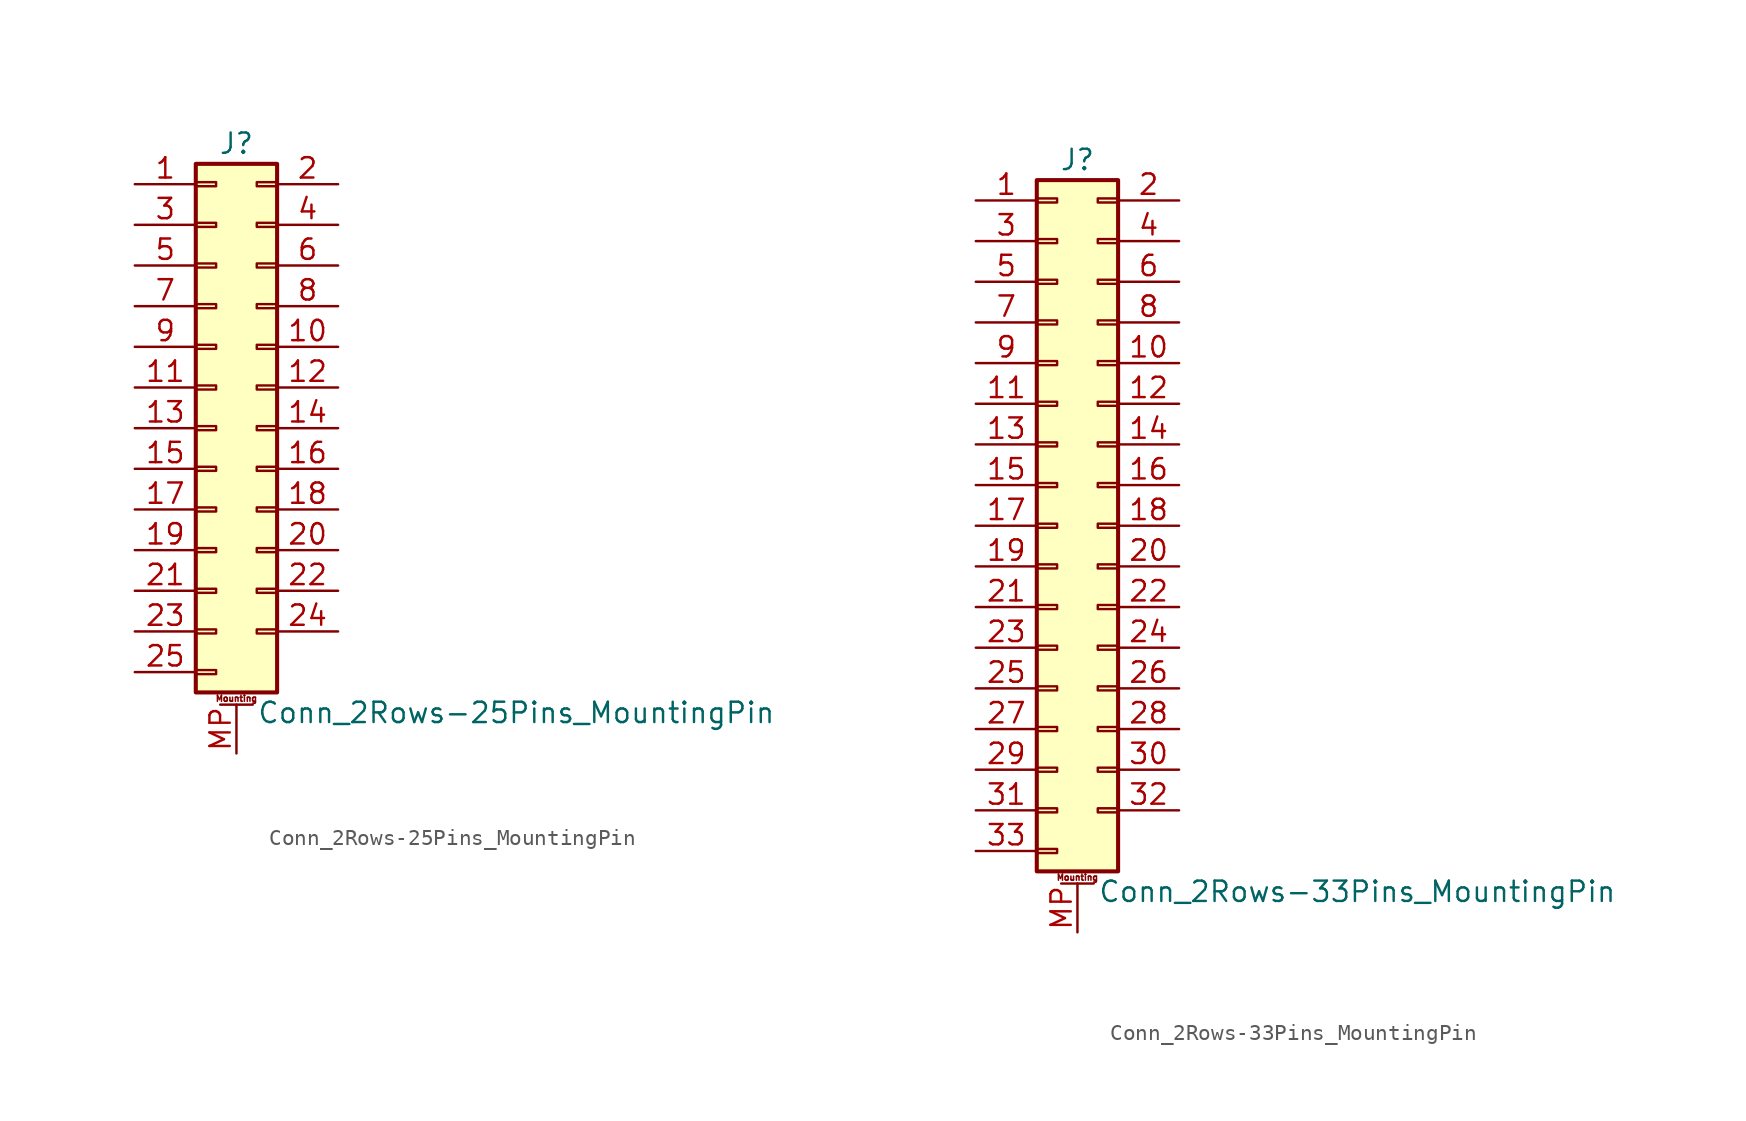
<source format=kicad_sym>
(kicad_symbol_lib
  (version 20201005)
  (generator kicad_symbol_editor)
  (symbol "Conn_2Rows-25Pins_MountingPin"
    (pin_names
      (offset 1.016) hide)
    (property "Reference" "J"
      (at 1.27 17.78 0)
      (effects (font (size 1.27 1.27))))
    (property "Value" "Conn_2Rows-25Pins_MountingPin"
      (at 2.54 -17.78 0)
      (effects (font (size 1.27 1.27)) (justify left)))
    (symbol "Conn_2Rows-25Pins_MountingPin_1_1"
      (text "Mounting" (at 1.27 -16.891 0) (effects (font (size 0.381 0.381))))
      (rectangle (start -1.27 -15.113) (end 0 -15.367) (stroke (width 0.152)) (fill (type none)))
      (rectangle (start -1.27 -12.573) (end 0 -12.827) (stroke (width 0.152)) (fill (type none)))
      (rectangle (start -1.27 -10.033) (end 0 -10.287) (stroke (width 0.152)) (fill (type none)))
      (rectangle (start -1.27 -7.493) (end 0 -7.747) (stroke (width 0.152)) (fill (type none)))
      (rectangle (start -1.27 -4.953) (end 0 -5.207) (stroke (width 0.152)) (fill (type none)))
      (rectangle (start -1.27 -2.413) (end 0 -2.667) (stroke (width 0.152)) (fill (type none)))
      (rectangle (start -1.27 0.127) (end 0 -0.127) (stroke (width 0.152)) (fill (type none)))
      (rectangle (start -1.27 2.667) (end 0 2.413) (stroke (width 0.152)) (fill (type none)))
      (rectangle (start -1.27 5.207) (end 0 4.953) (stroke (width 0.152)) (fill (type none)))
      (rectangle (start -1.27 7.747) (end 0 7.493) (stroke (width 0.152)) (fill (type none)))
      (rectangle (start -1.27 10.287) (end 0 10.033) (stroke (width 0.152)) (fill (type none)))
      (rectangle (start -1.27 12.827) (end 0 12.573) (stroke (width 0.152)) (fill (type none)))
      (rectangle (start -1.27 15.367) (end 0 15.113) (stroke (width 0.152)) (fill (type none)))
      (rectangle (start -1.27 16.51) (end 3.81 -16.51) (stroke (width 0.254)) (fill (type background)))
      (rectangle (start 3.81 -12.573) (end 2.54 -12.827) (stroke (width 0.152)) (fill (type none)))
      (rectangle (start 3.81 -10.033) (end 2.54 -10.287) (stroke (width 0.152)) (fill (type none)))
      (rectangle (start 3.81 -7.493) (end 2.54 -7.747) (stroke (width 0.152)) (fill (type none)))
      (rectangle (start 3.81 -4.953) (end 2.54 -5.207) (stroke (width 0.152)) (fill (type none)))
      (rectangle (start 3.81 -2.413) (end 2.54 -2.667) (stroke (width 0.152)) (fill (type none)))
      (rectangle (start 3.81 0.127) (end 2.54 -0.127) (stroke (width 0.152)) (fill (type none)))
      (rectangle (start 3.81 2.667) (end 2.54 2.413) (stroke (width 0.152)) (fill (type none)))
      (rectangle (start 3.81 5.207) (end 2.54 4.953) (stroke (width 0.152)) (fill (type none)))
      (rectangle (start 3.81 7.747) (end 2.54 7.493) (stroke (width 0.152)) (fill (type none)))
      (rectangle (start 3.81 10.287) (end 2.54 10.033) (stroke (width 0.152)) (fill (type none)))
      (rectangle (start 3.81 12.827) (end 2.54 12.573) (stroke (width 0.152)) (fill (type none)))
      (rectangle (start 3.81 15.367) (end 2.54 15.113) (stroke (width 0.152)) (fill (type none)))
      (polyline (pts (xy 0.254 -17.272) (xy 2.286 -17.272)) (stroke (width 0.152)) (fill (type none)))
      (pin passive line (at -5.08 15.24 0) (length 3.81) (name "Pin_1" (effects (font (size 1.27 1.27)))) (number "1" (effects (font (size 1.27 1.27)))))
      (pin passive line (at 7.62 5.08 180) (length 3.81) (name "Pin_10" (effects (font (size 1.27 1.27)))) (number "10" (effects (font (size 1.27 1.27)))))
      (pin passive line (at -5.08 2.54 0) (length 3.81) (name "Pin_11" (effects (font (size 1.27 1.27)))) (number "11" (effects (font (size 1.27 1.27)))))
      (pin passive line (at 7.62 2.54 180) (length 3.81) (name "Pin_12" (effects (font (size 1.27 1.27)))) (number "12" (effects (font (size 1.27 1.27)))))
      (pin passive line (at -5.08 0 0) (length 3.81) (name "Pin_13" (effects (font (size 1.27 1.27)))) (number "13" (effects (font (size 1.27 1.27)))))
      (pin passive line (at 7.62 0 180) (length 3.81) (name "Pin_14" (effects (font (size 1.27 1.27)))) (number "14" (effects (font (size 1.27 1.27)))))
      (pin passive line (at -5.08 -2.54 0) (length 3.81) (name "Pin_15" (effects (font (size 1.27 1.27)))) (number "15" (effects (font (size 1.27 1.27)))))
      (pin passive line (at 7.62 -2.54 180) (length 3.81) (name "Pin_16" (effects (font (size 1.27 1.27)))) (number "16" (effects (font (size 1.27 1.27)))))
      (pin passive line (at -5.08 -5.08 0) (length 3.81) (name "Pin_17" (effects (font (size 1.27 1.27)))) (number "17" (effects (font (size 1.27 1.27)))))
      (pin passive line (at 7.62 -5.08 180) (length 3.81) (name "Pin_18" (effects (font (size 1.27 1.27)))) (number "18" (effects (font (size 1.27 1.27)))))
      (pin passive line (at -5.08 -7.62 0) (length 3.81) (name "Pin_19" (effects (font (size 1.27 1.27)))) (number "19" (effects (font (size 1.27 1.27)))))
      (pin passive line (at 7.62 15.24 180) (length 3.81) (name "Pin_2" (effects (font (size 1.27 1.27)))) (number "2" (effects (font (size 1.27 1.27)))))
      (pin passive line (at 7.62 -7.62 180) (length 3.81) (name "Pin_20" (effects (font (size 1.27 1.27)))) (number "20" (effects (font (size 1.27 1.27)))))
      (pin passive line (at -5.08 -10.16 0) (length 3.81) (name "Pin_21" (effects (font (size 1.27 1.27)))) (number "21" (effects (font (size 1.27 1.27)))))
      (pin passive line (at 7.62 -10.16 180) (length 3.81) (name "Pin_22" (effects (font (size 1.27 1.27)))) (number "22" (effects (font (size 1.27 1.27)))))
      (pin passive line (at -5.08 -12.7 0) (length 3.81) (name "Pin_23" (effects (font (size 1.27 1.27)))) (number "23" (effects (font (size 1.27 1.27)))))
      (pin passive line (at 7.62 -12.7 180) (length 3.81) (name "Pin_24" (effects (font (size 1.27 1.27)))) (number "24" (effects (font (size 1.27 1.27)))))
      (pin passive line (at -5.08 -15.24 0) (length 3.81) (name "Pin_25" (effects (font (size 1.27 1.27)))) (number "25" (effects (font (size 1.27 1.27)))))
      (pin passive line (at -5.08 12.7 0) (length 3.81) (name "Pin_3" (effects (font (size 1.27 1.27)))) (number "3" (effects (font (size 1.27 1.27)))))
      (pin passive line (at 7.62 12.7 180) (length 3.81) (name "Pin_4" (effects (font (size 1.27 1.27)))) (number "4" (effects (font (size 1.27 1.27)))))
      (pin passive line (at -5.08 10.16 0) (length 3.81) (name "Pin_5" (effects (font (size 1.27 1.27)))) (number "5" (effects (font (size 1.27 1.27)))))
      (pin passive line (at 7.62 10.16 180) (length 3.81) (name "Pin_6" (effects (font (size 1.27 1.27)))) (number "6" (effects (font (size 1.27 1.27)))))
      (pin passive line (at -5.08 7.62 0) (length 3.81) (name "Pin_7" (effects (font (size 1.27 1.27)))) (number "7" (effects (font (size 1.27 1.27)))))
      (pin passive line (at 7.62 7.62 180) (length 3.81) (name "Pin_8" (effects (font (size 1.27 1.27)))) (number "8" (effects (font (size 1.27 1.27)))))
      (pin passive line (at -5.08 5.08 0) (length 3.81) (name "Pin_9" (effects (font (size 1.27 1.27)))) (number "9" (effects (font (size 1.27 1.27)))))
      (pin passive line (at 1.27 -20.32 90) (length 3.048) (name "MountPin" (effects (font (size 1.27 1.27)))) (number "MP" (effects (font (size 1.27 1.27)))))))
  (symbol "Conn_2Rows-33Pins_MountingPin"
    (pin_names
      (offset 1.016) hide)
    (property "Reference" "J"
      (at 1.27 22.86 0)
      (effects (font (size 1.27 1.27))))
    (property "Value" "Conn_2Rows-33Pins_MountingPin"
      (at 2.54 -22.86 0)
      (effects (font (size 1.27 1.27)) (justify left)))
    (symbol "Conn_2Rows-33Pins_MountingPin_1_1"
      (text "Mounting" (at 1.27 -21.971 0) (effects (font (size 0.381 0.381))))
      (rectangle (start -1.27 -20.193) (end 0 -20.447) (stroke (width 0.152)) (fill (type none)))
      (rectangle (start -1.27 -17.653) (end 0 -17.907) (stroke (width 0.152)) (fill (type none)))
      (rectangle (start -1.27 -15.113) (end 0 -15.367) (stroke (width 0.152)) (fill (type none)))
      (rectangle (start -1.27 -12.573) (end 0 -12.827) (stroke (width 0.152)) (fill (type none)))
      (rectangle (start -1.27 -10.033) (end 0 -10.287) (stroke (width 0.152)) (fill (type none)))
      (rectangle (start -1.27 -7.493) (end 0 -7.747) (stroke (width 0.152)) (fill (type none)))
      (rectangle (start -1.27 -4.953) (end 0 -5.207) (stroke (width 0.152)) (fill (type none)))
      (rectangle (start -1.27 -2.413) (end 0 -2.667) (stroke (width 0.152)) (fill (type none)))
      (rectangle (start -1.27 0.127) (end 0 -0.127) (stroke (width 0.152)) (fill (type none)))
      (rectangle (start -1.27 2.667) (end 0 2.413) (stroke (width 0.152)) (fill (type none)))
      (rectangle (start -1.27 5.207) (end 0 4.953) (stroke (width 0.152)) (fill (type none)))
      (rectangle (start -1.27 7.747) (end 0 7.493) (stroke (width 0.152)) (fill (type none)))
      (rectangle (start -1.27 10.287) (end 0 10.033) (stroke (width 0.152)) (fill (type none)))
      (rectangle (start -1.27 12.827) (end 0 12.573) (stroke (width 0.152)) (fill (type none)))
      (rectangle (start -1.27 15.367) (end 0 15.113) (stroke (width 0.152)) (fill (type none)))
      (rectangle (start -1.27 17.907) (end 0 17.653) (stroke (width 0.152)) (fill (type none)))
      (rectangle (start -1.27 20.447) (end 0 20.193) (stroke (width 0.152)) (fill (type none)))
      (rectangle (start -1.27 21.59) (end 3.81 -21.59) (stroke (width 0.254)) (fill (type background)))
      (rectangle (start 3.81 -17.653) (end 2.54 -17.907) (stroke (width 0.152)) (fill (type none)))
      (rectangle (start 3.81 -15.113) (end 2.54 -15.367) (stroke (width 0.152)) (fill (type none)))
      (rectangle (start 3.81 -12.573) (end 2.54 -12.827) (stroke (width 0.152)) (fill (type none)))
      (rectangle (start 3.81 -10.033) (end 2.54 -10.287) (stroke (width 0.152)) (fill (type none)))
      (rectangle (start 3.81 -7.493) (end 2.54 -7.747) (stroke (width 0.152)) (fill (type none)))
      (rectangle (start 3.81 -4.953) (end 2.54 -5.207) (stroke (width 0.152)) (fill (type none)))
      (rectangle (start 3.81 -2.413) (end 2.54 -2.667) (stroke (width 0.152)) (fill (type none)))
      (rectangle (start 3.81 0.127) (end 2.54 -0.127) (stroke (width 0.152)) (fill (type none)))
      (rectangle (start 3.81 2.667) (end 2.54 2.413) (stroke (width 0.152)) (fill (type none)))
      (rectangle (start 3.81 5.207) (end 2.54 4.953) (stroke (width 0.152)) (fill (type none)))
      (rectangle (start 3.81 7.747) (end 2.54 7.493) (stroke (width 0.152)) (fill (type none)))
      (rectangle (start 3.81 10.287) (end 2.54 10.033) (stroke (width 0.152)) (fill (type none)))
      (rectangle (start 3.81 12.827) (end 2.54 12.573) (stroke (width 0.152)) (fill (type none)))
      (rectangle (start 3.81 15.367) (end 2.54 15.113) (stroke (width 0.152)) (fill (type none)))
      (rectangle (start 3.81 17.907) (end 2.54 17.653) (stroke (width 0.152)) (fill (type none)))
      (rectangle (start 3.81 20.447) (end 2.54 20.193) (stroke (width 0.152)) (fill (type none)))
      (polyline (pts (xy 0.254 -22.352) (xy 2.286 -22.352)) (stroke (width 0.152)) (fill (type none)))
      (pin passive line (at -5.08 20.32 0) (length 3.81) (name "Pin_1" (effects (font (size 1.27 1.27)))) (number "1" (effects (font (size 1.27 1.27)))))
      (pin passive line (at 7.62 10.16 180) (length 3.81) (name "Pin_10" (effects (font (size 1.27 1.27)))) (number "10" (effects (font (size 1.27 1.27)))))
      (pin passive line (at -5.08 7.62 0) (length 3.81) (name "Pin_11" (effects (font (size 1.27 1.27)))) (number "11" (effects (font (size 1.27 1.27)))))
      (pin passive line (at 7.62 7.62 180) (length 3.81) (name "Pin_12" (effects (font (size 1.27 1.27)))) (number "12" (effects (font (size 1.27 1.27)))))
      (pin passive line (at -5.08 5.08 0) (length 3.81) (name "Pin_13" (effects (font (size 1.27 1.27)))) (number "13" (effects (font (size 1.27 1.27)))))
      (pin passive line (at 7.62 5.08 180) (length 3.81) (name "Pin_14" (effects (font (size 1.27 1.27)))) (number "14" (effects (font (size 1.27 1.27)))))
      (pin passive line (at -5.08 2.54 0) (length 3.81) (name "Pin_15" (effects (font (size 1.27 1.27)))) (number "15" (effects (font (size 1.27 1.27)))))
      (pin passive line (at 7.62 2.54 180) (length 3.81) (name "Pin_16" (effects (font (size 1.27 1.27)))) (number "16" (effects (font (size 1.27 1.27)))))
      (pin passive line (at -5.08 0 0) (length 3.81) (name "Pin_17" (effects (font (size 1.27 1.27)))) (number "17" (effects (font (size 1.27 1.27)))))
      (pin passive line (at 7.62 0 180) (length 3.81) (name "Pin_18" (effects (font (size 1.27 1.27)))) (number "18" (effects (font (size 1.27 1.27)))))
      (pin passive line (at -5.08 -2.54 0) (length 3.81) (name "Pin_19" (effects (font (size 1.27 1.27)))) (number "19" (effects (font (size 1.27 1.27)))))
      (pin passive line (at 7.62 20.32 180) (length 3.81) (name "Pin_2" (effects (font (size 1.27 1.27)))) (number "2" (effects (font (size 1.27 1.27)))))
      (pin passive line (at 7.62 -2.54 180) (length 3.81) (name "Pin_20" (effects (font (size 1.27 1.27)))) (number "20" (effects (font (size 1.27 1.27)))))
      (pin passive line (at -5.08 -5.08 0) (length 3.81) (name "Pin_21" (effects (font (size 1.27 1.27)))) (number "21" (effects (font (size 1.27 1.27)))))
      (pin passive line (at 7.62 -5.08 180) (length 3.81) (name "Pin_22" (effects (font (size 1.27 1.27)))) (number "22" (effects (font (size 1.27 1.27)))))
      (pin passive line (at -5.08 -7.62 0) (length 3.81) (name "Pin_23" (effects (font (size 1.27 1.27)))) (number "23" (effects (font (size 1.27 1.27)))))
      (pin passive line (at 7.62 -7.62 180) (length 3.81) (name "Pin_24" (effects (font (size 1.27 1.27)))) (number "24" (effects (font (size 1.27 1.27)))))
      (pin passive line (at -5.08 -10.16 0) (length 3.81) (name "Pin_25" (effects (font (size 1.27 1.27)))) (number "25" (effects (font (size 1.27 1.27)))))
      (pin passive line (at 7.62 -10.16 180) (length 3.81) (name "Pin_26" (effects (font (size 1.27 1.27)))) (number "26" (effects (font (size 1.27 1.27)))))
      (pin passive line (at -5.08 -12.7 0) (length 3.81) (name "Pin_27" (effects (font (size 1.27 1.27)))) (number "27" (effects (font (size 1.27 1.27)))))
      (pin passive line (at 7.62 -12.7 180) (length 3.81) (name "Pin_28" (effects (font (size 1.27 1.27)))) (number "28" (effects (font (size 1.27 1.27)))))
      (pin passive line (at -5.08 -15.24 0) (length 3.81) (name "Pin_29" (effects (font (size 1.27 1.27)))) (number "29" (effects (font (size 1.27 1.27)))))
      (pin passive line (at -5.08 17.78 0) (length 3.81) (name "Pin_3" (effects (font (size 1.27 1.27)))) (number "3" (effects (font (size 1.27 1.27)))))
      (pin passive line (at 7.62 -15.24 180) (length 3.81) (name "Pin_30" (effects (font (size 1.27 1.27)))) (number "30" (effects (font (size 1.27 1.27)))))
      (pin passive line (at -5.08 -17.78 0) (length 3.81) (name "Pin_31" (effects (font (size 1.27 1.27)))) (number "31" (effects (font (size 1.27 1.27)))))
      (pin passive line (at 7.62 -17.78 180) (length 3.81) (name "Pin_32" (effects (font (size 1.27 1.27)))) (number "32" (effects (font (size 1.27 1.27)))))
      (pin passive line (at -5.08 -20.32 0) (length 3.81) (name "Pin_33" (effects (font (size 1.27 1.27)))) (number "33" (effects (font (size 1.27 1.27)))))
      (pin passive line (at 7.62 17.78 180) (length 3.81) (name "Pin_4" (effects (font (size 1.27 1.27)))) (number "4" (effects (font (size 1.27 1.27)))))
      (pin passive line (at -5.08 15.24 0) (length 3.81) (name "Pin_5" (effects (font (size 1.27 1.27)))) (number "5" (effects (font (size 1.27 1.27)))))
      (pin passive line (at 7.62 15.24 180) (length 3.81) (name "Pin_6" (effects (font (size 1.27 1.27)))) (number "6" (effects (font (size 1.27 1.27)))))
      (pin passive line (at -5.08 12.7 0) (length 3.81) (name "Pin_7" (effects (font (size 1.27 1.27)))) (number "7" (effects (font (size 1.27 1.27)))))
      (pin passive line (at 7.62 12.7 180) (length 3.81) (name "Pin_8" (effects (font (size 1.27 1.27)))) (number "8" (effects (font (size 1.27 1.27)))))
      (pin passive line (at -5.08 10.16 0) (length 3.81) (name "Pin_9" (effects (font (size 1.27 1.27)))) (number "9" (effects (font (size 1.27 1.27)))))
      (pin passive line (at 1.27 -25.4 90) (length 3.048) (name "MountPin" (effects (font (size 1.27 1.27)))) (number "MP" (effects (font (size 1.27 1.27))))))))
</source>
